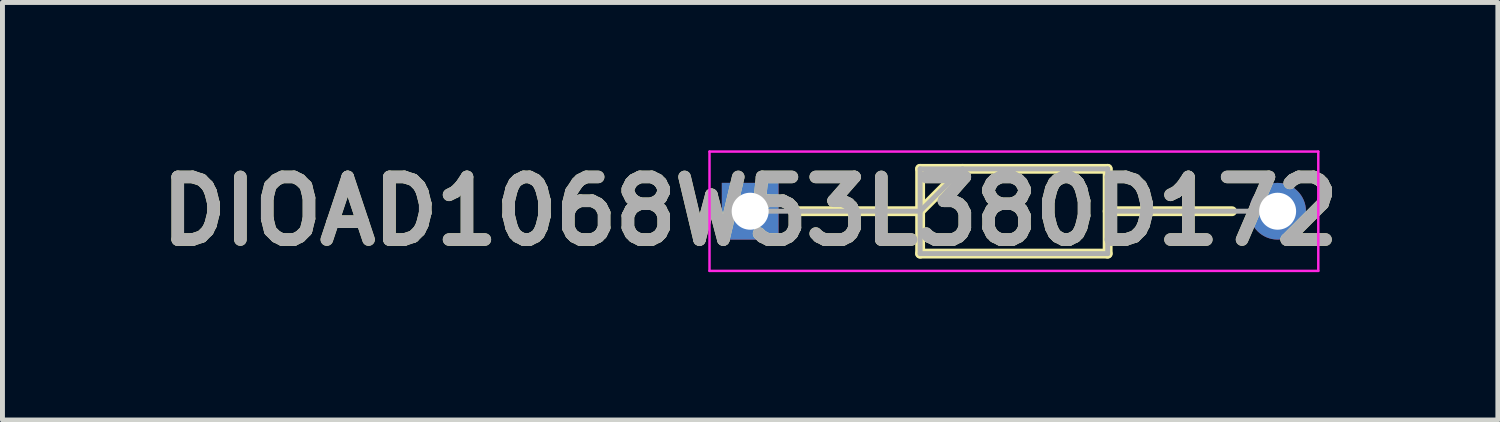
<source format=kicad_pcb>
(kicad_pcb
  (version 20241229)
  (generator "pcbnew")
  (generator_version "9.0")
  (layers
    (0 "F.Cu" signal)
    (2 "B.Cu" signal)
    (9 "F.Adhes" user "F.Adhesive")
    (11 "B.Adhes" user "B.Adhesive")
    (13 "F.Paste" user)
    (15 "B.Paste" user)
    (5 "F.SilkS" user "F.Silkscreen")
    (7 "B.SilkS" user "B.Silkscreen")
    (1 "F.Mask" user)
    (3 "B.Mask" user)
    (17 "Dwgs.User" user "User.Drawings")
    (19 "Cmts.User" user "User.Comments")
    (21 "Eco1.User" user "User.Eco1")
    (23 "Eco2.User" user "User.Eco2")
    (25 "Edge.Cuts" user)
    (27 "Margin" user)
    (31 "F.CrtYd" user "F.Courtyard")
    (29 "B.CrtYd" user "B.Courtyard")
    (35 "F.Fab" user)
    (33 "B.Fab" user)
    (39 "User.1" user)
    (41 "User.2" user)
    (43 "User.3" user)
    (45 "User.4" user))
  (footprint "DIOAD1068W53L380D172"
    (layer "F.Cu")
    (at 12.168 1.235)
    (property "Reference" "DIOAD1068W53L380D172" (at 0 0 0) (layer "F.SilkS") (effects (font (size 1.27 1.27) (thickness 0.254))))
    (attr through_hole)
    (fp_line (start 0.925 0) (end 3.448 0) (stroke (width 0.2) (type solid)) (layer "F.SilkS"))
    (fp_line (start 3.448 -0.86) (end 7.252 -0.86) (stroke (width 0.2) (type solid)) (layer "F.SilkS"))
    (fp_line (start 3.448 0) (end 4.308 -0.86) (stroke (width 0.2) (type solid)) (layer "F.SilkS"))
    (fp_line (start 3.448 0.86) (end 3.448 -0.86) (stroke (width 0.2) (type solid)) (layer "F.SilkS"))
    (fp_line (start 7.252 -0.86) (end 7.252 0.86) (stroke (width 0.2) (type solid)) (layer "F.SilkS"))
    (fp_line (start 7.252 0) (end 9.775 0) (stroke (width 0.2) (type solid)) (layer "F.SilkS"))
    (fp_line (start 7.252 0.86) (end 3.448 0.86) (stroke (width 0.2) (type solid)) (layer "F.SilkS"))
    (fp_line (start -0.825 -1.21) (end 11.525 -1.21) (stroke (width 0.05) (type solid)) (layer "F.CrtYd"))
    (fp_line (start -0.825 1.21) (end -0.825 -1.21) (stroke (width 0.05) (type solid)) (layer "F.CrtYd"))
    (fp_line (start 11.525 -1.21) (end 11.525 1.21) (stroke (width 0.05) (type solid)) (layer "F.CrtYd"))
    (fp_line (start 11.525 1.21) (end -0.825 1.21) (stroke (width 0.05) (type solid)) (layer "F.CrtYd"))
    (fp_line (start 0 0) (end 3.448 0) (stroke (width 0.1) (type solid)) (layer "F.Fab"))
    (fp_line (start 3.448 -0.86) (end 7.253 -0.86) (stroke (width 0.1) (type solid)) (layer "F.Fab"))
    (fp_line (start 3.448 0) (end 4.308 -0.86) (stroke (width 0.1) (type solid)) (layer "F.Fab"))
    (fp_line (start 3.448 0.86) (end 3.448 -0.86) (stroke (width 0.1) (type solid)) (layer "F.Fab"))
    (fp_line (start 7.252 0) (end 10.7 0) (stroke (width 0.1) (type solid)) (layer "F.Fab"))
    (fp_line (start 7.253 -0.86) (end 7.253 0.86) (stroke (width 0.1) (type solid)) (layer "F.Fab"))
    (fp_line (start 7.253 0.86) (end 3.448 0.86) (stroke (width 0.1) (type solid)) (layer "F.Fab"))
    (fp_text user "${REFERENCE}" (at 0 0 0) (layer "F.Fab") (effects (font (size 1.27 1.27) (thickness 0.254))))
    (pad "1" thru_hole rect (at 0 0) (size 1.15 1.15) (drill 0.75) (layers "*.Cu" "*.Mask"))
    (pad "2" thru_hole circle (at 10.7 0) (size 1.15 1.15) (drill 0.75) (layers "*.Cu" "*.Mask")))
  (gr_rect
    (start -3 -3)
    (end 27.336 5.47)
    (stroke (width 0.1) (type default))
    (fill no)
    (layer "Edge.Cuts")))
</source>
